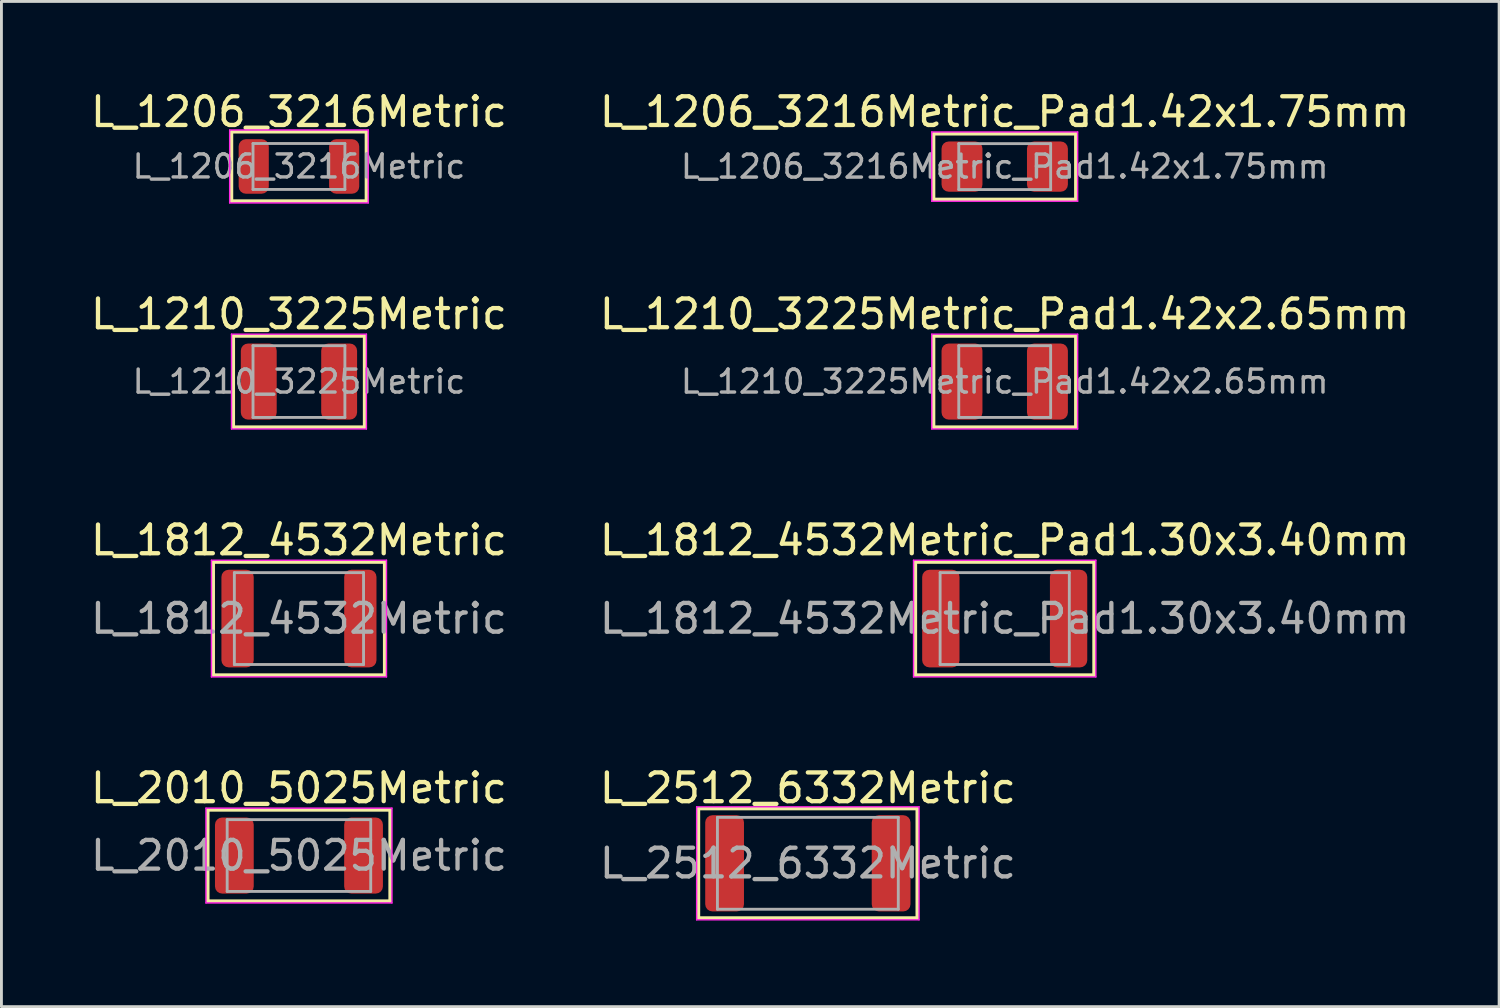
<source format=kicad_pcb>
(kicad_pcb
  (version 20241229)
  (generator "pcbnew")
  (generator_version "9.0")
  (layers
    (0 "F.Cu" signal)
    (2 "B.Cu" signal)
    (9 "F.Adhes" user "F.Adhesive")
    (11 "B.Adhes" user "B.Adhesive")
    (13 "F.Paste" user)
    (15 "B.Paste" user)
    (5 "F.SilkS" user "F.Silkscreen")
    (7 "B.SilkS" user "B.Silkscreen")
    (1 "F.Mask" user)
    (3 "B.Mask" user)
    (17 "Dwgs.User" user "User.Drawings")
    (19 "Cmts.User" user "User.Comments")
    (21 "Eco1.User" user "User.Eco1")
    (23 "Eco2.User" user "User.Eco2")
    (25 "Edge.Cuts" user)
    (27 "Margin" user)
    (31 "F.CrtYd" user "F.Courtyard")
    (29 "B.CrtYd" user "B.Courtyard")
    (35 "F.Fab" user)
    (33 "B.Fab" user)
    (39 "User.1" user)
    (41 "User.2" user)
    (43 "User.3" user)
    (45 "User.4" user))
  (footprint "L_1812_4532Metric"
    (layer "F.Cu")
    (at 7.363 18.496)
    (property "Reference" "L_1812_4532Metric" (at 0 -2.731 0) (layer "F.SilkS") (effects (font (size 1 1) (thickness 0.15))))
    (attr smd)
    (fp_line (start -2.985 -1.968) (end 2.985 -1.968) (stroke (width 0.12) (type solid)) (layer "F.SilkS"))
    (fp_line (start -2.985 1.968) (end -2.985 -1.968) (stroke (width 0.12) (type solid)) (layer "F.SilkS"))
    (fp_line (start 2.985 -1.968) (end 2.985 1.968) (stroke (width 0.12) (type solid)) (layer "F.SilkS"))
    (fp_line (start 2.985 1.968) (end -2.985 1.968) (stroke (width 0.12) (type solid)) (layer "F.SilkS"))
    (fp_line (start -3.048 -2.032) (end 3.048 -2.032) (stroke (width 0.05) (type solid)) (layer "F.CrtYd"))
    (fp_line (start -3.048 2.032) (end -3.048 -2.032) (stroke (width 0.05) (type solid)) (layer "F.CrtYd"))
    (fp_line (start 3.048 -2.032) (end 3.048 2.032) (stroke (width 0.05) (type solid)) (layer "F.CrtYd"))
    (fp_line (start 3.048 2.032) (end -3.048 2.032) (stroke (width 0.05) (type solid)) (layer "F.CrtYd"))
    (fp_line (start -2.25 -1.6) (end 2.25 -1.6) (stroke (width 0.1) (type solid)) (layer "F.Fab"))
    (fp_line (start -2.25 1.6) (end -2.25 -1.6) (stroke (width 0.1) (type solid)) (layer "F.Fab"))
    (fp_line (start 2.25 -1.6) (end 2.25 1.6) (stroke (width 0.1) (type solid)) (layer "F.Fab"))
    (fp_line (start 2.25 1.6) (end -2.25 1.6) (stroke (width 0.1) (type solid)) (layer "F.Fab"))
    (fp_text user "${REFERENCE}" (at 0 0 0) (layer "F.Fab") (effects (font (size 1 1) (thickness 0.15))))
    (pad "1" smd roundrect (at -2.138 0) (size 1.125 3.4) (layers "F.Cu" "F.Mask" "F.Paste") (roundrect_rratio 0.222))
    (pad "2" smd roundrect (at 2.138 0) (size 1.125 3.4) (layers "F.Cu" "F.Mask" "F.Paste") (roundrect_rratio 0.222)))
  (footprint "L_1206_3216Metric"
    (layer "F.Cu")
    (at 7.363 2.748)
    (property "Reference" "L_1206_3216Metric" (at 0 -1.9 0) (layer "F.SilkS") (effects (font (size 1 1) (thickness 0.15))))
    (attr smd)
    (fp_line (start -2.349 -1.206) (end 2.349 -1.206) (stroke (width 0.12) (type solid)) (layer "F.SilkS"))
    (fp_line (start -2.349 1.206) (end -2.349 -1.206) (stroke (width 0.12) (type solid)) (layer "F.SilkS"))
    (fp_line (start 2.349 -1.206) (end 2.349 1.206) (stroke (width 0.12) (type solid)) (layer "F.SilkS"))
    (fp_line (start 2.349 1.206) (end -2.349 1.206) (stroke (width 0.12) (type solid)) (layer "F.SilkS"))
    (fp_line (start -2.413 -1.27) (end 2.413 -1.27) (stroke (width 0.05) (type solid)) (layer "F.CrtYd"))
    (fp_line (start -2.413 1.27) (end -2.413 -1.27) (stroke (width 0.05) (type solid)) (layer "F.CrtYd"))
    (fp_line (start 2.413 -1.27) (end 2.413 1.27) (stroke (width 0.05) (type solid)) (layer "F.CrtYd"))
    (fp_line (start 2.413 1.27) (end -2.413 1.27) (stroke (width 0.05) (type solid)) (layer "F.CrtYd"))
    (fp_line (start -1.6 -0.8) (end 1.6 -0.8) (stroke (width 0.1) (type solid)) (layer "F.Fab"))
    (fp_line (start -1.6 0.8) (end -1.6 -0.8) (stroke (width 0.1) (type solid)) (layer "F.Fab"))
    (fp_line (start 1.6 -0.8) (end 1.6 0.8) (stroke (width 0.1) (type solid)) (layer "F.Fab"))
    (fp_line (start 1.6 0.8) (end -1.6 0.8) (stroke (width 0.1) (type solid)) (layer "F.Fab"))
    (fp_text user "${REFERENCE}" (at 0 0 0) (layer "F.Fab") (effects (font (size 0.8 0.8) (thickness 0.12))))
    (pad "1" smd roundrect (at -1.575 0) (size 1.05 1.9) (layers "F.Cu" "F.Mask" "F.Paste") (roundrect_rratio 0.238))
    (pad "2" smd roundrect (at 1.575 0) (size 1.05 1.9) (layers "F.Cu" "F.Mask" "F.Paste") (roundrect_rratio 0.238)))
  (footprint "L_2512_6332Metric"
    (layer "F.Cu")
    (at 25.089 27.021)
    (property "Reference" "L_2512_6332Metric" (at 0 -2.62 0) (layer "F.SilkS") (effects (font (size 1 1) (thickness 0.15))))
    (attr smd)
    (fp_line (start -3.81 -1.905) (end 3.81 -1.905) (stroke (width 0.12) (type solid)) (layer "F.SilkS"))
    (fp_line (start -3.81 1.905) (end -3.81 -1.905) (stroke (width 0.12) (type solid)) (layer "F.SilkS"))
    (fp_line (start 3.81 -1.905) (end 3.81 1.905) (stroke (width 0.12) (type solid)) (layer "F.SilkS"))
    (fp_line (start 3.81 1.905) (end -3.81 1.905) (stroke (width 0.12) (type solid)) (layer "F.SilkS"))
    (fp_line (start -3.873 -1.968) (end 3.873 -1.968) (stroke (width 0.05) (type solid)) (layer "F.CrtYd"))
    (fp_line (start -3.873 1.968) (end -3.873 -1.968) (stroke (width 0.05) (type solid)) (layer "F.CrtYd"))
    (fp_line (start 3.873 -1.968) (end 3.873 1.968) (stroke (width 0.05) (type solid)) (layer "F.CrtYd"))
    (fp_line (start 3.873 1.968) (end -3.873 1.968) (stroke (width 0.05) (type solid)) (layer "F.CrtYd"))
    (fp_line (start -3.15 -1.6) (end 3.15 -1.6) (stroke (width 0.1) (type solid)) (layer "F.Fab"))
    (fp_line (start -3.15 1.6) (end -3.15 -1.6) (stroke (width 0.1) (type solid)) (layer "F.Fab"))
    (fp_line (start 3.15 -1.6) (end 3.15 1.6) (stroke (width 0.1) (type solid)) (layer "F.Fab"))
    (fp_line (start 3.15 1.6) (end -3.15 1.6) (stroke (width 0.1) (type solid)) (layer "F.Fab"))
    (fp_text user "${REFERENCE}" (at 0 0 0) (layer "F.Fab") (effects (font (size 1 1) (thickness 0.15))))
    (pad "1" smd roundrect (at -2.9 0) (size 1.35 3.35) (layers "F.Cu" "F.Mask" "F.Paste") (roundrect_rratio 0.185))
    (pad "2" smd roundrect (at 2.9 0) (size 1.35 3.35) (layers "F.Cu" "F.Mask" "F.Paste") (roundrect_rratio 0.185)))
  (footprint "L_1812_4532Metric_Pad1.30x3.40mm"
    (layer "F.Cu")
    (at 31.946 18.496)
    (property "Reference" "L_1812_4532Metric_Pad1.30x3.40mm" (at 0 -2.731 0) (layer "F.SilkS") (effects (font (size 1 1) (thickness 0.15))))
    (attr smd)
    (fp_line (start -3.111 -1.968) (end 3.111 -1.968) (stroke (width 0.12) (type solid)) (layer "F.SilkS"))
    (fp_line (start -3.111 1.968) (end -3.111 -1.968) (stroke (width 0.12) (type solid)) (layer "F.SilkS"))
    (fp_line (start 3.111 -1.968) (end 3.111 1.968) (stroke (width 0.12) (type solid)) (layer "F.SilkS"))
    (fp_line (start 3.111 1.968) (end -3.111 1.968) (stroke (width 0.12) (type solid)) (layer "F.SilkS"))
    (fp_line (start -3.175 -2.032) (end 3.175 -2.032) (stroke (width 0.05) (type solid)) (layer "F.CrtYd"))
    (fp_line (start -3.175 2.032) (end -3.175 -2.032) (stroke (width 0.05) (type solid)) (layer "F.CrtYd"))
    (fp_line (start 3.175 -2.032) (end 3.175 2.032) (stroke (width 0.05) (type solid)) (layer "F.CrtYd"))
    (fp_line (start 3.175 2.032) (end -3.175 2.032) (stroke (width 0.05) (type solid)) (layer "F.CrtYd"))
    (fp_line (start -2.25 -1.6) (end 2.25 -1.6) (stroke (width 0.1) (type solid)) (layer "F.Fab"))
    (fp_line (start -2.25 1.6) (end -2.25 -1.6) (stroke (width 0.1) (type solid)) (layer "F.Fab"))
    (fp_line (start 2.25 -1.6) (end 2.25 1.6) (stroke (width 0.1) (type solid)) (layer "F.Fab"))
    (fp_line (start 2.25 1.6) (end -2.25 1.6) (stroke (width 0.1) (type solid)) (layer "F.Fab"))
    (fp_text user "${REFERENCE}" (at 0 0 0) (layer "F.Fab") (effects (font (size 1 1) (thickness 0.15))))
    (pad "1" smd roundrect (at -2.225 0) (size 1.3 3.4) (layers "F.Cu" "F.Mask" "F.Paste") (roundrect_rratio 0.192))
    (pad "2" smd roundrect (at 2.225 0) (size 1.3 3.4) (layers "F.Cu" "F.Mask" "F.Paste") (roundrect_rratio 0.192)))
  (footprint "L_1210_3225Metric"
    (layer "F.Cu")
    (at 7.363 10.241)
    (property "Reference" "L_1210_3225Metric" (at 0 -2.349 0) (layer "F.SilkS") (effects (font (size 1 1) (thickness 0.15))))
    (attr smd)
    (fp_line (start -2.286 -1.587) (end 2.286 -1.587) (stroke (width 0.12) (type solid)) (layer "F.SilkS"))
    (fp_line (start -2.286 1.587) (end -2.286 -1.587) (stroke (width 0.12) (type solid)) (layer "F.SilkS"))
    (fp_line (start 2.286 -1.587) (end 2.286 1.587) (stroke (width 0.12) (type solid)) (layer "F.SilkS"))
    (fp_line (start 2.286 1.587) (end -2.286 1.587) (stroke (width 0.12) (type solid)) (layer "F.SilkS"))
    (fp_line (start -2.349 -1.651) (end 2.349 -1.651) (stroke (width 0.05) (type solid)) (layer "F.CrtYd"))
    (fp_line (start -2.349 1.651) (end -2.349 -1.651) (stroke (width 0.05) (type solid)) (layer "F.CrtYd"))
    (fp_line (start 2.349 -1.651) (end 2.349 1.651) (stroke (width 0.05) (type solid)) (layer "F.CrtYd"))
    (fp_line (start 2.349 1.651) (end -2.349 1.651) (stroke (width 0.05) (type solid)) (layer "F.CrtYd"))
    (fp_line (start -1.6 -1.25) (end 1.6 -1.25) (stroke (width 0.1) (type solid)) (layer "F.Fab"))
    (fp_line (start -1.6 1.25) (end -1.6 -1.25) (stroke (width 0.1) (type solid)) (layer "F.Fab"))
    (fp_line (start 1.6 -1.25) (end 1.6 1.25) (stroke (width 0.1) (type solid)) (layer "F.Fab"))
    (fp_line (start 1.6 1.25) (end -1.6 1.25) (stroke (width 0.1) (type solid)) (layer "F.Fab"))
    (fp_text user "${REFERENCE}" (at 0 0 0) (layer "F.Fab") (effects (font (size 0.8 0.8) (thickness 0.12))))
    (pad "1" smd roundrect (at -1.4 0) (size 1.25 2.65) (layers "F.Cu" "F.Mask" "F.Paste") (roundrect_rratio 0.2))
    (pad "2" smd roundrect (at 1.4 0) (size 1.25 2.65) (layers "F.Cu" "F.Mask" "F.Paste") (roundrect_rratio 0.2)))
  (footprint "L_2010_5025Metric"
    (layer "F.Cu")
    (at 7.363 26.75)
    (property "Reference" "L_2010_5025Metric" (at 0 -2.349 0) (layer "F.SilkS") (effects (font (size 1 1) (thickness 0.15))))
    (attr smd)
    (fp_line (start -3.175 -1.587) (end 3.175 -1.587) (stroke (width 0.12) (type solid)) (layer "F.SilkS"))
    (fp_line (start -3.175 1.587) (end -3.175 -1.587) (stroke (width 0.12) (type solid)) (layer "F.SilkS"))
    (fp_line (start 3.175 -1.587) (end 3.175 1.587) (stroke (width 0.12) (type solid)) (layer "F.SilkS"))
    (fp_line (start 3.175 1.587) (end -3.175 1.587) (stroke (width 0.12) (type solid)) (layer "F.SilkS"))
    (fp_line (start -3.239 -1.651) (end 3.239 -1.651) (stroke (width 0.05) (type solid)) (layer "F.CrtYd"))
    (fp_line (start -3.239 1.651) (end -3.239 -1.651) (stroke (width 0.05) (type solid)) (layer "F.CrtYd"))
    (fp_line (start 3.239 -1.651) (end 3.239 1.651) (stroke (width 0.05) (type solid)) (layer "F.CrtYd"))
    (fp_line (start 3.239 1.651) (end -3.239 1.651) (stroke (width 0.05) (type solid)) (layer "F.CrtYd"))
    (fp_line (start -2.5 -1.25) (end 2.5 -1.25) (stroke (width 0.1) (type solid)) (layer "F.Fab"))
    (fp_line (start -2.5 1.25) (end -2.5 -1.25) (stroke (width 0.1) (type solid)) (layer "F.Fab"))
    (fp_line (start 2.5 -1.25) (end 2.5 1.25) (stroke (width 0.1) (type solid)) (layer "F.Fab"))
    (fp_line (start 2.5 1.25) (end -2.5 1.25) (stroke (width 0.1) (type solid)) (layer "F.Fab"))
    (fp_text user "${REFERENCE}" (at 0 0 0) (layer "F.Fab") (effects (font (size 1 1) (thickness 0.15))))
    (pad "1" smd roundrect (at -2.25 0) (size 1.35 2.65) (layers "F.Cu" "F.Mask" "F.Paste") (roundrect_rratio 0.185))
    (pad "2" smd roundrect (at 2.25 0) (size 1.35 2.65) (layers "F.Cu" "F.Mask" "F.Paste") (roundrect_rratio 0.185)))
  (footprint "L_1206_3216Metric_Pad1.42x1.75mm"
    (layer "F.Cu")
    (at 31.946 2.753)
    (property "Reference" "L_1206_3216Metric_Pad1.42x1.75mm" (at 0 -1.905 0) (layer "F.SilkS") (effects (font (size 1 1) (thickness 0.15))))
    (attr smd)
    (fp_line (start -2.477 -1.143) (end 2.477 -1.143) (stroke (width 0.12) (type solid)) (layer "F.SilkS"))
    (fp_line (start -2.477 1.143) (end -2.477 -1.143) (stroke (width 0.12) (type solid)) (layer "F.SilkS"))
    (fp_line (start 2.477 -1.143) (end 2.477 1.143) (stroke (width 0.12) (type solid)) (layer "F.SilkS"))
    (fp_line (start 2.477 1.143) (end -2.477 1.143) (stroke (width 0.12) (type solid)) (layer "F.SilkS"))
    (fp_line (start -2.54 -1.206) (end 2.54 -1.206) (stroke (width 0.05) (type solid)) (layer "F.CrtYd"))
    (fp_line (start -2.54 1.206) (end -2.54 -1.206) (stroke (width 0.05) (type solid)) (layer "F.CrtYd"))
    (fp_line (start 2.54 -1.206) (end 2.54 1.206) (stroke (width 0.05) (type solid)) (layer "F.CrtYd"))
    (fp_line (start 2.54 1.206) (end -2.54 1.206) (stroke (width 0.05) (type solid)) (layer "F.CrtYd"))
    (fp_line (start -1.6 -0.8) (end 1.6 -0.8) (stroke (width 0.1) (type solid)) (layer "F.Fab"))
    (fp_line (start -1.6 0.8) (end -1.6 -0.8) (stroke (width 0.1) (type solid)) (layer "F.Fab"))
    (fp_line (start 1.6 -0.8) (end 1.6 0.8) (stroke (width 0.1) (type solid)) (layer "F.Fab"))
    (fp_line (start 1.6 0.8) (end -1.6 0.8) (stroke (width 0.1) (type solid)) (layer "F.Fab"))
    (fp_text user "${REFERENCE}" (at 0 0 0) (layer "F.Fab") (effects (font (size 0.8 0.8) (thickness 0.12))))
    (pad "1" smd roundrect (at -1.488 0) (size 1.425 1.75) (layers "F.Cu" "F.Mask" "F.Paste") (roundrect_rratio 0.175))
    (pad "2" smd roundrect (at 1.488 0) (size 1.425 1.75) (layers "F.Cu" "F.Mask" "F.Paste") (roundrect_rratio 0.175)))
  (footprint "L_1210_3225Metric_Pad1.42x2.65mm"
    (layer "F.Cu")
    (at 31.946 10.241)
    (property "Reference" "L_1210_3225Metric_Pad1.42x2.65mm" (at 0 -2.349 0) (layer "F.SilkS") (effects (font (size 1 1) (thickness 0.15))))
    (attr smd)
    (fp_line (start -2.477 -1.587) (end 2.477 -1.587) (stroke (width 0.12) (type solid)) (layer "F.SilkS"))
    (fp_line (start -2.477 1.587) (end -2.477 -1.587) (stroke (width 0.12) (type solid)) (layer "F.SilkS"))
    (fp_line (start 2.477 -1.587) (end 2.477 1.587) (stroke (width 0.12) (type solid)) (layer "F.SilkS"))
    (fp_line (start 2.477 1.587) (end -2.477 1.587) (stroke (width 0.12) (type solid)) (layer "F.SilkS"))
    (fp_line (start -2.54 -1.651) (end 2.54 -1.651) (stroke (width 0.05) (type solid)) (layer "F.CrtYd"))
    (fp_line (start -2.54 1.651) (end -2.54 -1.651) (stroke (width 0.05) (type solid)) (layer "F.CrtYd"))
    (fp_line (start 2.54 -1.651) (end 2.54 1.651) (stroke (width 0.05) (type solid)) (layer "F.CrtYd"))
    (fp_line (start 2.54 1.651) (end -2.54 1.651) (stroke (width 0.05) (type solid)) (layer "F.CrtYd"))
    (fp_line (start -1.6 -1.25) (end 1.6 -1.25) (stroke (width 0.1) (type solid)) (layer "F.Fab"))
    (fp_line (start -1.6 1.25) (end -1.6 -1.25) (stroke (width 0.1) (type solid)) (layer "F.Fab"))
    (fp_line (start 1.6 -1.25) (end 1.6 1.25) (stroke (width 0.1) (type solid)) (layer "F.Fab"))
    (fp_line (start 1.6 1.25) (end -1.6 1.25) (stroke (width 0.1) (type solid)) (layer "F.Fab"))
    (fp_text user "${REFERENCE}" (at 0 0 0) (layer "F.Fab") (effects (font (size 0.8 0.8) (thickness 0.12))))
    (pad "1" smd roundrect (at -1.488 0) (size 1.425 2.65) (layers "F.Cu" "F.Mask" "F.Paste") (roundrect_rratio 0.175))
    (pad "2" smd roundrect (at 1.488 0) (size 1.425 2.65) (layers "F.Cu" "F.Mask" "F.Paste") (roundrect_rratio 0.175)))
  (gr_rect
    (start -3 -3)
    (end 49.167 32.014)
    (stroke (width 0.1) (type default))
    (fill no)
    (layer "Edge.Cuts")))
</source>
